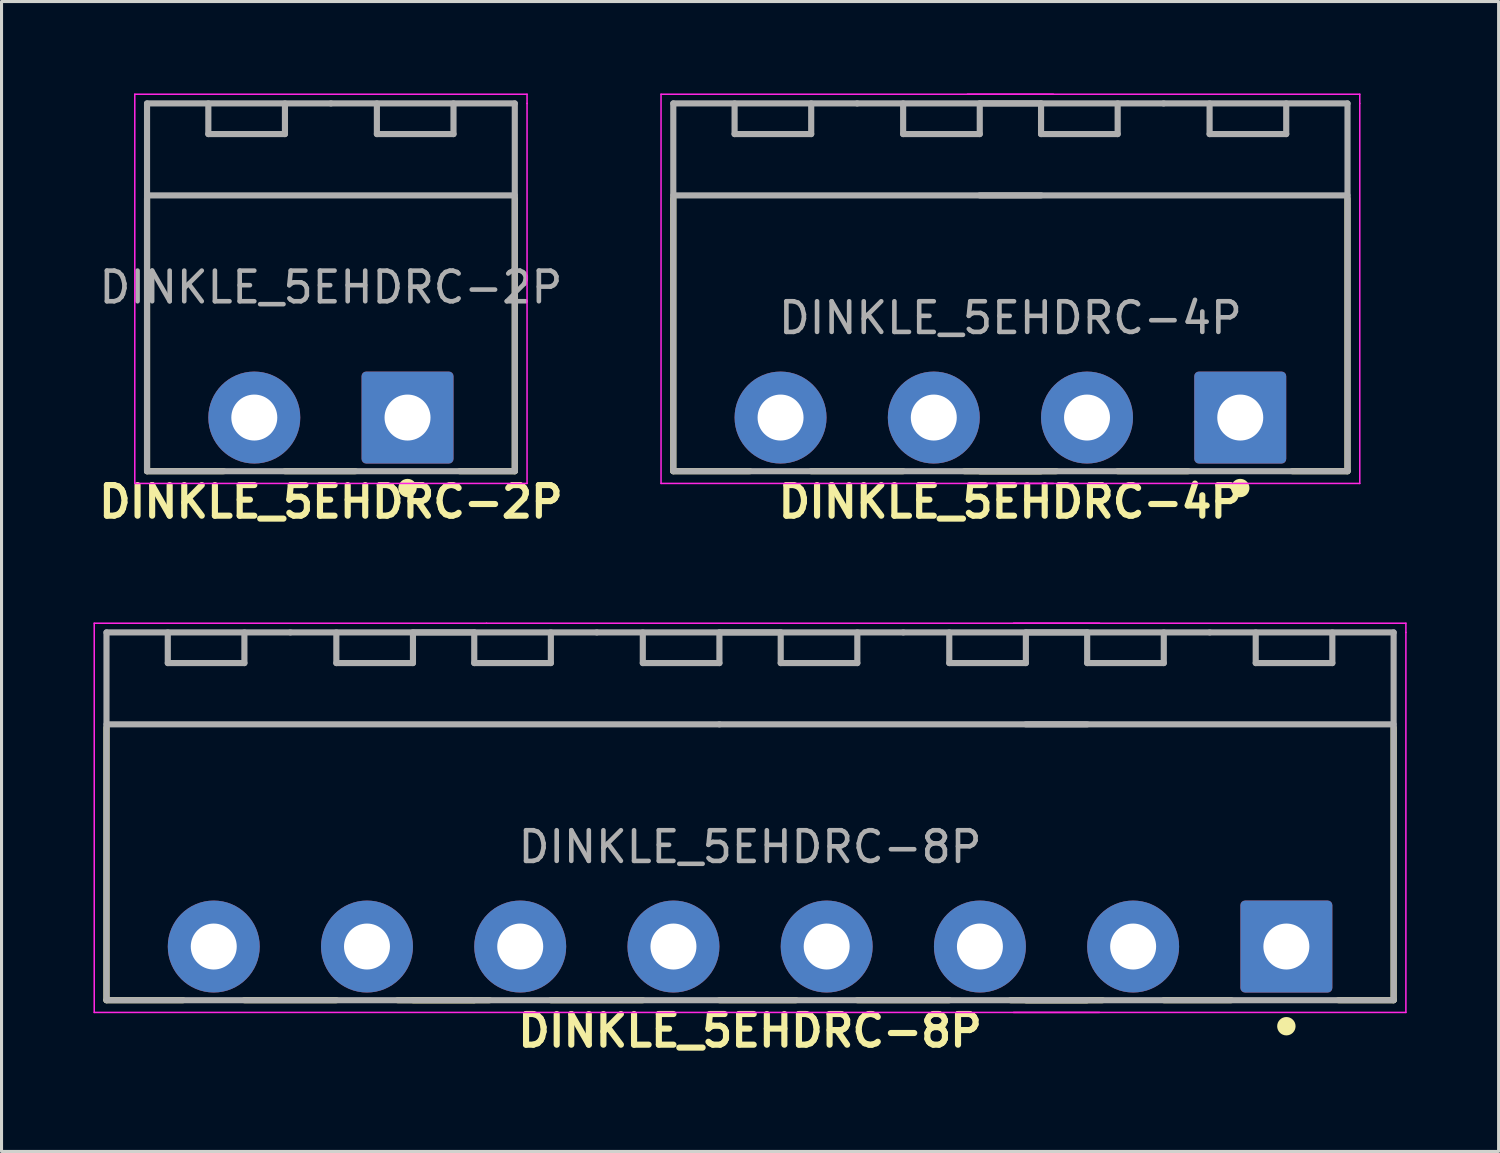
<source format=kicad_pcb>
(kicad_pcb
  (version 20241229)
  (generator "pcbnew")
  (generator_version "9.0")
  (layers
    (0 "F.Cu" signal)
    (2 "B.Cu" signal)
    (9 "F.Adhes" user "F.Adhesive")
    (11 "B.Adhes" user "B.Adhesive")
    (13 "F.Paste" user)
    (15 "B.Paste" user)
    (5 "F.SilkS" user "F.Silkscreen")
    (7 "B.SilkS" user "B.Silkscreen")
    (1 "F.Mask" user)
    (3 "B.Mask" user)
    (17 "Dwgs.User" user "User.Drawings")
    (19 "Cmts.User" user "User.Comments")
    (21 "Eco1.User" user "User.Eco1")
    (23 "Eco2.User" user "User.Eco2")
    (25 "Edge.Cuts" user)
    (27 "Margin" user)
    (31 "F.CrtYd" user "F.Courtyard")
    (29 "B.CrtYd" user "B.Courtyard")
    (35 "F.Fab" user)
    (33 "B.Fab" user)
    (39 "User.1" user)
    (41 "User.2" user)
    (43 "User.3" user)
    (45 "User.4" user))
  (footprint "DINKLE_5EHDRC-4P"
    (layer "F.Cu")
    (at 29.92 0.325)
    (property "Reference" "DINKLE_5EHDRC-4P" (at 0 13 180) (layer "F.SilkS") (effects (font (size 1 1) (thickness 0.2))))
    (attr through_hole)
    (fp_line (start -11 3.1) (end -11 12) (stroke (width 0.2) (type solid)) (layer "F.SilkS"))
    (fp_line (start -8.5 12) (end -11 12) (stroke (width 0.2) (type solid)) (layer "F.SilkS"))
    (fp_line (start -3.5 12) (end -6.5 12) (stroke (width 0.2) (type solid)) (layer "F.SilkS"))
    (fp_line (start -1.5 12) (end 1 12) (stroke (width 0.2) (type solid)) (layer "F.SilkS"))
    (fp_line (start 1.5 12) (end -1 12) (stroke (width 0.2) (type solid)) (layer "F.SilkS"))
    (fp_line (start 5.8 12) (end 3.5 12) (stroke (width 0.2) (type solid)) (layer "F.SilkS"))
    (fp_line (start 9.2 12) (end 11 12) (stroke (width 0.2) (type solid)) (layer "F.SilkS"))
    (fp_line (start 11 12) (end 11 3.1) (stroke (width 0.2) (type solid)) (layer "F.SilkS"))
    (fp_circle (center 7.5 12.55) (end 7.65 12.55) (stroke (width 0.3) (type solid)) (fill no) (layer "F.SilkS"))
    (fp_line (start -11.4 -0.3) (end -11.4 12.4) (stroke (width 0.05) (type solid)) (layer "F.CrtYd"))
    (fp_line (start -11.4 12.4) (end 1.4 12.4) (stroke (width 0.05) (type solid)) (layer "F.CrtYd"))
    (fp_line (start -1.4 12.4) (end 11.4 12.4) (stroke (width 0.05) (type solid)) (layer "F.CrtYd"))
    (fp_line (start 1.4 -0.3) (end -11.4 -0.3) (stroke (width 0.05) (type solid)) (layer "F.CrtYd"))
    (fp_line (start 11.4 -0.3) (end -1.4 -0.3) (stroke (width 0.05) (type solid)) (layer "F.CrtYd"))
    (fp_line (start 11.4 0) (end 11.4 -0.3) (stroke (width 0.05) (type solid)) (layer "F.CrtYd"))
    (fp_line (start 11.4 12.4) (end 11.4 0) (stroke (width 0.05) (type solid)) (layer "F.CrtYd"))
    (fp_line (start -11 0) (end -5 0) (stroke (width 0.2) (type solid)) (layer "F.Fab"))
    (fp_line (start -11 3) (end 1 3) (stroke (width 0.2) (type solid)) (layer "F.Fab"))
    (fp_line (start -11 12) (end -11 0) (stroke (width 0.2) (type solid)) (layer "F.Fab"))
    (fp_line (start -11 12) (end 1 12) (stroke (width 0.2) (type solid)) (layer "F.Fab"))
    (fp_line (start -9 0) (end -9 1) (stroke (width 0.2) (type solid)) (layer "F.Fab"))
    (fp_line (start -9 1) (end -6.5 1) (stroke (width 0.2) (type solid)) (layer "F.Fab"))
    (fp_line (start -6.5 1) (end -6.5 0) (stroke (width 0.2) (type solid)) (layer "F.Fab"))
    (fp_line (start -5 0) (end 1 0) (stroke (width 0.2) (type solid)) (layer "F.Fab"))
    (fp_line (start -3.5 0) (end -3.5 1) (stroke (width 0.2) (type solid)) (layer "F.Fab"))
    (fp_line (start -3.5 1) (end -1 1) (stroke (width 0.2) (type solid)) (layer "F.Fab"))
    (fp_line (start -1 0) (end 5 0) (stroke (width 0.2) (type solid)) (layer "F.Fab"))
    (fp_line (start -1 1) (end -1 0) (stroke (width 0.2) (type solid)) (layer "F.Fab"))
    (fp_line (start -1 3) (end 11 3) (stroke (width 0.2) (type solid)) (layer "F.Fab"))
    (fp_line (start -1 12) (end 11 12) (stroke (width 0.2) (type solid)) (layer "F.Fab"))
    (fp_line (start 1 0) (end 1 1) (stroke (width 0.2) (type solid)) (layer "F.Fab"))
    (fp_line (start 1 1) (end 3.5 1) (stroke (width 0.2) (type solid)) (layer "F.Fab"))
    (fp_line (start 3.5 1) (end 3.5 0) (stroke (width 0.2) (type solid)) (layer "F.Fab"))
    (fp_line (start 5 0) (end 11 0) (stroke (width 0.2) (type solid)) (layer "F.Fab"))
    (fp_line (start 6.5 0) (end 6.5 1) (stroke (width 0.2) (type solid)) (layer "F.Fab"))
    (fp_line (start 6.5 1) (end 9 1) (stroke (width 0.2) (type solid)) (layer "F.Fab"))
    (fp_line (start 9 1) (end 9 0) (stroke (width 0.2) (type solid)) (layer "F.Fab"))
    (fp_line (start 11 0) (end 11 12) (stroke (width 0.2) (type solid)) (layer "F.Fab"))
    (fp_text user "${REFERENCE}" (at 0 7 0) (layer "F.Fab") (effects (font (size 1 1) (thickness 0.15))))
    (pad "1" thru_hole roundrect (at 7.5 10.25) (size 3 3) (drill 1.5) (layers "*.Cu" "*.Mask") (roundrect_rratio 0.05))
    (pad "2" thru_hole oval (at 2.5 10.25) (size 3 3) (drill 1.5) (layers "*.Cu" "*.Mask"))
    (pad "3" thru_hole circle (at -2.5 10.25) (size 3 3) (drill 1.5) (layers "*.Cu" "*.Mask"))
    (pad "4" thru_hole oval (at -7.5 10.25) (size 3 3) (drill 1.5) (layers "*.Cu" "*.Mask")))
  (footprint "DINKLE_5EHDRC-2P"
    (layer "F.Cu")
    (at 7.748 0.325)
    (property "Reference" "DINKLE_5EHDRC-2P" (at 0 13 0) (layer "F.SilkS") (effects (font (size 1 1) (thickness 0.2))))
    (attr through_hole)
    (fp_line (start -6 3.1) (end -6 12) (stroke (width 0.2) (type solid)) (layer "F.SilkS"))
    (fp_line (start -3.5 12) (end -6 12) (stroke (width 0.2) (type solid)) (layer "F.SilkS"))
    (fp_line (start 0.8 12) (end -1.5 12) (stroke (width 0.2) (type solid)) (layer "F.SilkS"))
    (fp_line (start 4.2 12) (end 6 12) (stroke (width 0.2) (type solid)) (layer "F.SilkS"))
    (fp_line (start 6 12) (end 6 3.1) (stroke (width 0.2) (type solid)) (layer "F.SilkS"))
    (fp_circle (center 2.5 12.55) (end 2.65 12.55) (stroke (width 0.3) (type solid)) (fill no) (layer "F.SilkS"))
    (fp_line (start -6.4 -0.3) (end -6.4 12.4) (stroke (width 0.05) (type solid)) (layer "F.CrtYd"))
    (fp_line (start -6.4 12.4) (end 6.4 12.4) (stroke (width 0.05) (type solid)) (layer "F.CrtYd"))
    (fp_line (start 6.4 -0.3) (end -6.4 -0.3) (stroke (width 0.05) (type solid)) (layer "F.CrtYd"))
    (fp_line (start 6.4 0) (end 6.4 -0.3) (stroke (width 0.05) (type solid)) (layer "F.CrtYd"))
    (fp_line (start 6.4 12.4) (end 6.4 0) (stroke (width 0.05) (type solid)) (layer "F.CrtYd"))
    (fp_line (start -6 0) (end 0 0) (stroke (width 0.2) (type solid)) (layer "F.Fab"))
    (fp_line (start -6 3) (end 6 3) (stroke (width 0.2) (type solid)) (layer "F.Fab"))
    (fp_line (start -6 12) (end -6 0) (stroke (width 0.2) (type solid)) (layer "F.Fab"))
    (fp_line (start -6 12) (end 6 12) (stroke (width 0.2) (type solid)) (layer "F.Fab"))
    (fp_line (start -4 0) (end -4 1) (stroke (width 0.2) (type solid)) (layer "F.Fab"))
    (fp_line (start -4 1) (end -1.5 1) (stroke (width 0.2) (type solid)) (layer "F.Fab"))
    (fp_line (start -1.5 1) (end -1.5 0) (stroke (width 0.2) (type solid)) (layer "F.Fab"))
    (fp_line (start 0 0) (end 6 0) (stroke (width 0.2) (type solid)) (layer "F.Fab"))
    (fp_line (start 1.5 0) (end 1.5 1) (stroke (width 0.2) (type solid)) (layer "F.Fab"))
    (fp_line (start 1.5 1) (end 4 1) (stroke (width 0.2) (type solid)) (layer "F.Fab"))
    (fp_line (start 4 1) (end 4 0) (stroke (width 0.2) (type solid)) (layer "F.Fab"))
    (fp_line (start 6 0) (end 6 12) (stroke (width 0.2) (type solid)) (layer "F.Fab"))
    (fp_text user "${REFERENCE}" (at 0 6 0) (layer "F.Fab") (effects (font (size 1 1) (thickness 0.15))))
    (pad "1" thru_hole roundrect (at 2.5 10.25) (size 3 3) (drill 1.5) (layers "*.Cu" "*.Mask") (roundrect_rratio 0.05))
    (pad "2" thru_hole oval (at -2.5 10.25) (size 3 3) (drill 1.5) (layers "*.Cu" "*.Mask")))
  (footprint "DINKLE_5EHDRC-8P"
    (layer "F.Cu")
    (at 21.425 17.586)
    (property "Reference" "DINKLE_5EHDRC-8P" (at 0 13 180) (layer "F.SilkS") (effects (font (size 1 1) (thickness 0.2))))
    (attr through_hole)
    (fp_line (start -21 3.1) (end -21 12) (stroke (width 0.2) (type solid)) (layer "F.SilkS"))
    (fp_line (start -18.5 12) (end -21 12) (stroke (width 0.2) (type solid)) (layer "F.SilkS"))
    (fp_line (start -13.5 12) (end -16.5 12) (stroke (width 0.2) (type solid)) (layer "F.SilkS"))
    (fp_line (start -11.5 12) (end -9 12) (stroke (width 0.2) (type solid)) (layer "F.SilkS"))
    (fp_line (start -8.5 12) (end -11 12) (stroke (width 0.2) (type solid)) (layer "F.SilkS"))
    (fp_line (start -3.5 12) (end -6.5 12) (stroke (width 0.2) (type solid)) (layer "F.SilkS"))
    (fp_line (start 1.5 12) (end -1 12) (stroke (width 0.2) (type solid)) (layer "F.SilkS"))
    (fp_line (start 6.5 12) (end 3.5 12) (stroke (width 0.2) (type solid)) (layer "F.SilkS"))
    (fp_line (start 8.5 12) (end 11 12) (stroke (width 0.2) (type solid)) (layer "F.SilkS"))
    (fp_line (start 11.5 12) (end 9 12) (stroke (width 0.2) (type solid)) (layer "F.SilkS"))
    (fp_line (start 15.7 12) (end 13.5 12) (stroke (width 0.2) (type solid)) (layer "F.SilkS"))
    (fp_line (start 19.2 12) (end 21 12) (stroke (width 0.2) (type solid)) (layer "F.SilkS"))
    (fp_line (start 21 12) (end 21 3.1) (stroke (width 0.2) (type solid)) (layer "F.SilkS"))
    (fp_circle (center 17.5 12.85) (end 17.65 12.85) (stroke (width 0.3) (type solid)) (fill no) (layer "F.SilkS"))
    (fp_line (start -21.4 -0.3) (end -21.4 12.4) (stroke (width 0.05) (type solid)) (layer "F.CrtYd"))
    (fp_line (start -21.4 12.4) (end -1.4 12.4) (stroke (width 0.05) (type solid)) (layer "F.CrtYd"))
    (fp_line (start -8.6 -0.3) (end -21.4 -0.3) (stroke (width 0.05) (type solid)) (layer "F.CrtYd"))
    (fp_line (start -1.4 12.4) (end 11.4 12.4) (stroke (width 0.05) (type solid)) (layer "F.CrtYd"))
    (fp_line (start 8.6 12.4) (end 21.4 12.4) (stroke (width 0.05) (type solid)) (layer "F.CrtYd"))
    (fp_line (start 11.4 -0.3) (end -8.6 -0.3) (stroke (width 0.05) (type solid)) (layer "F.CrtYd"))
    (fp_line (start 21.4 -0.3) (end 8.6 -0.3) (stroke (width 0.05) (type solid)) (layer "F.CrtYd"))
    (fp_line (start 21.4 0) (end 21.4 -0.3) (stroke (width 0.05) (type solid)) (layer "F.CrtYd"))
    (fp_line (start 21.4 12.4) (end 21.4 0) (stroke (width 0.05) (type solid)) (layer "F.CrtYd"))
    (fp_line (start -21 0) (end -15 0) (stroke (width 0.2) (type solid)) (layer "F.Fab"))
    (fp_line (start -21 3) (end -1 3) (stroke (width 0.2) (type solid)) (layer "F.Fab"))
    (fp_line (start -21 12) (end -21 0) (stroke (width 0.2) (type solid)) (layer "F.Fab"))
    (fp_line (start -21 12) (end -9 12) (stroke (width 0.2) (type solid)) (layer "F.Fab"))
    (fp_line (start -19 0) (end -19 1) (stroke (width 0.2) (type solid)) (layer "F.Fab"))
    (fp_line (start -19 1) (end -16.5 1) (stroke (width 0.2) (type solid)) (layer "F.Fab"))
    (fp_line (start -16.5 1) (end -16.5 0) (stroke (width 0.2) (type solid)) (layer "F.Fab"))
    (fp_line (start -15 0) (end -9 0) (stroke (width 0.2) (type solid)) (layer "F.Fab"))
    (fp_line (start -13.5 0) (end -13.5 1) (stroke (width 0.2) (type solid)) (layer "F.Fab"))
    (fp_line (start -13.5 1) (end -11 1) (stroke (width 0.2) (type solid)) (layer "F.Fab"))
    (fp_line (start -11 0) (end -5 0) (stroke (width 0.2) (type solid)) (layer "F.Fab"))
    (fp_line (start -11 1) (end -11 0) (stroke (width 0.2) (type solid)) (layer "F.Fab"))
    (fp_line (start -9 0) (end -9 1) (stroke (width 0.2) (type solid)) (layer "F.Fab"))
    (fp_line (start -9 1) (end -6.5 1) (stroke (width 0.2) (type solid)) (layer "F.Fab"))
    (fp_line (start -9 12) (end 11 12) (stroke (width 0.2) (type solid)) (layer "F.Fab"))
    (fp_line (start -6.5 1) (end -6.5 0) (stroke (width 0.2) (type solid)) (layer "F.Fab"))
    (fp_line (start -5 0) (end 1 0) (stroke (width 0.2) (type solid)) (layer "F.Fab"))
    (fp_line (start -3.5 0) (end -3.5 1) (stroke (width 0.2) (type solid)) (layer "F.Fab"))
    (fp_line (start -3.5 1) (end -1 1) (stroke (width 0.2) (type solid)) (layer "F.Fab"))
    (fp_line (start -1 0) (end 5 0) (stroke (width 0.2) (type solid)) (layer "F.Fab"))
    (fp_line (start -1 1) (end -1 0) (stroke (width 0.2) (type solid)) (layer "F.Fab"))
    (fp_line (start -1 3) (end 11 3) (stroke (width 0.2) (type solid)) (layer "F.Fab"))
    (fp_line (start 1 0) (end 1 1) (stroke (width 0.2) (type solid)) (layer "F.Fab"))
    (fp_line (start 1 1) (end 3.5 1) (stroke (width 0.2) (type solid)) (layer "F.Fab"))
    (fp_line (start 3.5 1) (end 3.5 0) (stroke (width 0.2) (type solid)) (layer "F.Fab"))
    (fp_line (start 5 0) (end 11 0) (stroke (width 0.2) (type solid)) (layer "F.Fab"))
    (fp_line (start 6.5 0) (end 6.5 1) (stroke (width 0.2) (type solid)) (layer "F.Fab"))
    (fp_line (start 6.5 1) (end 9 1) (stroke (width 0.2) (type solid)) (layer "F.Fab"))
    (fp_line (start 9 0) (end 15 0) (stroke (width 0.2) (type solid)) (layer "F.Fab"))
    (fp_line (start 9 1) (end 9 0) (stroke (width 0.2) (type solid)) (layer "F.Fab"))
    (fp_line (start 9 3) (end 21 3) (stroke (width 0.2) (type solid)) (layer "F.Fab"))
    (fp_line (start 9 12) (end 21 12) (stroke (width 0.2) (type solid)) (layer "F.Fab"))
    (fp_line (start 11 0) (end 11 1) (stroke (width 0.2) (type solid)) (layer "F.Fab"))
    (fp_line (start 11 1) (end 13.5 1) (stroke (width 0.2) (type solid)) (layer "F.Fab"))
    (fp_line (start 13.5 1) (end 13.5 0) (stroke (width 0.2) (type solid)) (layer "F.Fab"))
    (fp_line (start 15 0) (end 21 0) (stroke (width 0.2) (type solid)) (layer "F.Fab"))
    (fp_line (start 16.5 0) (end 16.5 1) (stroke (width 0.2) (type solid)) (layer "F.Fab"))
    (fp_line (start 16.5 1) (end 19 1) (stroke (width 0.2) (type solid)) (layer "F.Fab"))
    (fp_line (start 19 1) (end 19 0) (stroke (width 0.2) (type solid)) (layer "F.Fab"))
    (fp_line (start 21 0) (end 21 12) (stroke (width 0.2) (type solid)) (layer "F.Fab"))
    (fp_text user "${REFERENCE}" (at 0 7 0) (layer "F.Fab") (effects (font (size 1 1) (thickness 0.15))))
    (pad "1" thru_hole roundrect (at 17.5 10.25) (size 3 3) (drill 1.5) (layers "*.Cu" "*.Mask") (roundrect_rratio 0.05))
    (pad "2" thru_hole oval (at 12.5 10.25) (size 3 3) (drill 1.5) (layers "*.Cu" "*.Mask"))
    (pad "3" thru_hole circle (at 7.5 10.25) (size 3 3) (drill 1.5) (layers "*.Cu" "*.Mask"))
    (pad "4" thru_hole oval (at 2.5 10.25) (size 3 3) (drill 1.5) (layers "*.Cu" "*.Mask"))
    (pad "5" thru_hole circle (at -2.5 10.25) (size 3 3) (drill 1.5) (layers "*.Cu" "*.Mask"))
    (pad "6" thru_hole oval (at -7.5 10.25) (size 3 3) (drill 1.5) (layers "*.Cu" "*.Mask"))
    (pad "7" thru_hole circle (at -12.5 10.25) (size 3 3) (drill 1.5) (layers "*.Cu" "*.Mask"))
    (pad "8" thru_hole oval (at -17.5 10.25) (size 3 3) (drill 1.5) (layers "*.Cu" "*.Mask")))
  (gr_rect
    (start -3 -3)
    (end 45.85 34.522)
    (stroke (width 0.1) (type default))
    (fill no)
    (layer "Edge.Cuts")))
</source>
